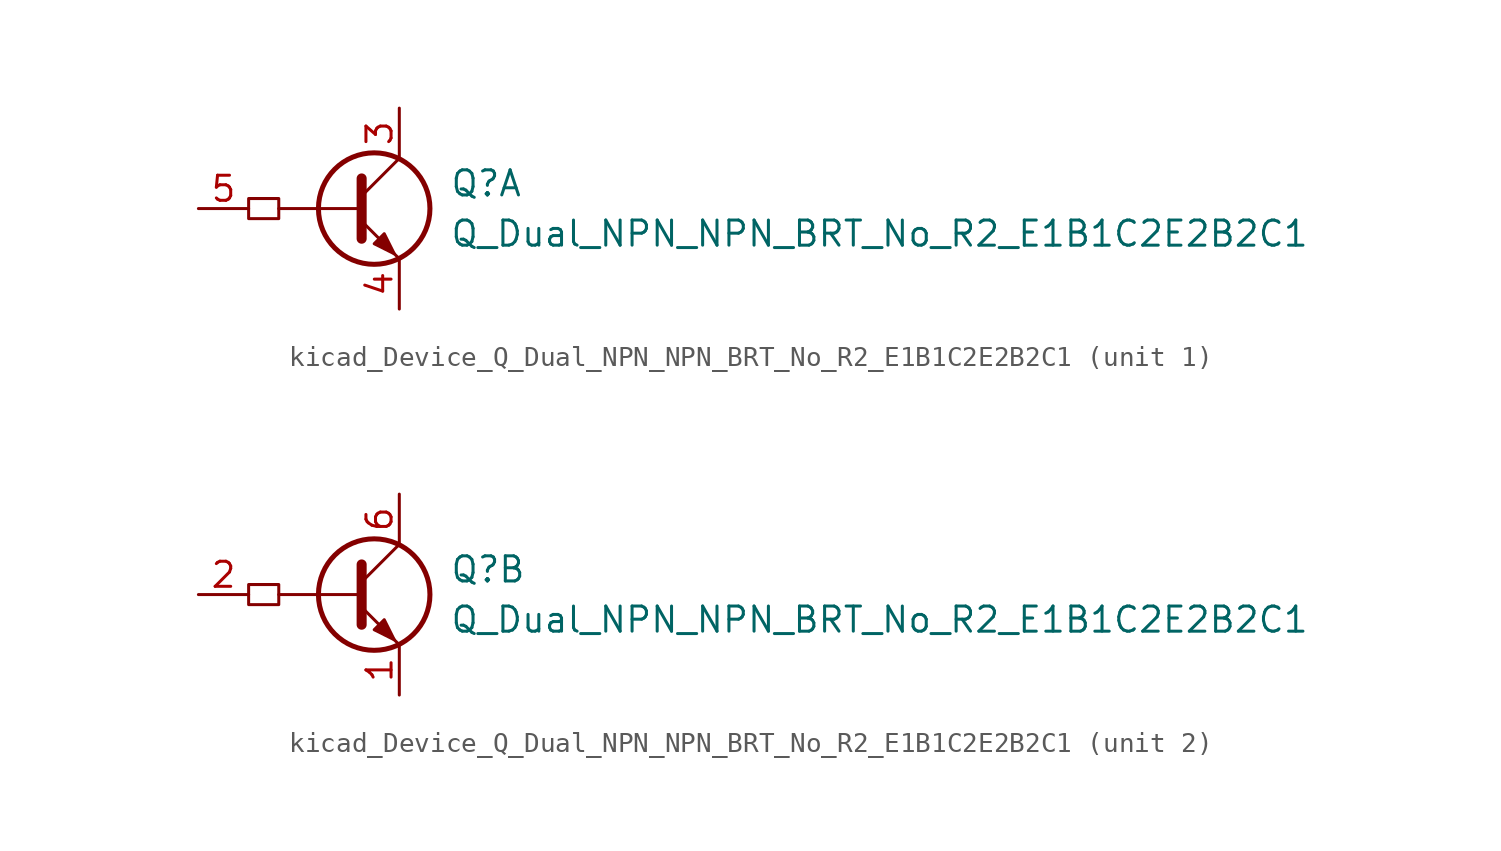
<source format=kicad_sym>
(kicad_symbol_lib
  (version 20220914)
  (generator kicad_symbol_editor)
  (symbol "kicad_Device_Q_Dual_NPN_NPN_BRT_No_R2_E1B1C2E2B2C1"
    (pin_names hide)
    (property "Reference" "Q"
      (at 3.81 1.27 0)
      (effects (font (size 1.27 1.27)) (justify left)))
    (property "Value" "Q_Dual_NPN_NPN_BRT_No_R2_E1B1C2E2B2C1"
      (at 3.81 -1.27 0)
      (effects (font (size 1.27 1.27)) (justify left)))
    (symbol "kicad_Device_Q_Dual_NPN_NPN_BRT_No_R2_E1B1C2E2B2C1_0_1"
      (rectangle (start -6.35 0.508) (end -4.826 -0.508) (stroke (width 0) (type default)) (fill (type none)))
      (polyline (pts (xy -0.762 0) (xy -4.826 0)) (stroke (width 0) (type default)) (fill (type none)))
      (polyline (pts (xy -0.635 1.524) (xy -0.635 -1.524)) (stroke (width 0.508) (type default)) (fill (type none))))
    (symbol "kicad_Device_Q_Dual_NPN_NPN_BRT_No_R2_E1B1C2E2B2C1_1_1"
      (polyline (pts (xy -0.635 0.635) (xy 1.27 2.54)) (stroke (width 0) (type default)) (fill (type none)))
      (polyline (pts (xy -0.635 -0.635) (xy 1.27 -2.54) (xy 1.27 -2.54)) (stroke (width 0) (type default)) (fill (type none)))
      (polyline (pts (xy 0 -1.778) (xy 0.508 -1.27) (xy 1.016 -2.286) (xy 0 -1.778) (xy 0 -1.778)) (stroke (width 0) (type default)) (fill (type outline)))
      (circle (center 0 0) (radius 2.819) (stroke (width 0.254) (type default)) (fill (type none)))
      (pin passive line (at 1.27 5.08 270) (length 2.54) (name "C1" (effects (font (size 1.27 1.27)))) (number "3" (effects (font (size 1.27 1.27)))))
      (pin passive line (at 1.27 -5.08 90) (length 2.54) (name "E1" (effects (font (size 1.27 1.27)))) (number "4" (effects (font (size 1.27 1.27)))))
      (pin input line (at -8.89 0 0) (length 2.54) (name "B1" (effects (font (size 1.27 1.27)))) (number "5" (effects (font (size 1.27 1.27))))))
    (symbol "kicad_Device_Q_Dual_NPN_NPN_BRT_No_R2_E1B1C2E2B2C1_2_1"
      (polyline (pts (xy -0.635 0.635) (xy 1.27 2.54)) (stroke (width 0) (type default)) (fill (type none)))
      (polyline (pts (xy -0.635 -0.635) (xy 1.27 -2.54) (xy 1.27 -2.54)) (stroke (width 0) (type default)) (fill (type none)))
      (polyline (pts (xy 0 -1.778) (xy 0.508 -1.27) (xy 1.016 -2.286) (xy 0 -1.778) (xy 0 -1.778)) (stroke (width 0) (type default)) (fill (type outline)))
      (circle (center 0 0) (radius 2.819) (stroke (width 0.254) (type default)) (fill (type none)))
      (pin passive line (at 1.27 -5.08 90) (length 2.54) (name "E1" (effects (font (size 1.27 1.27)))) (number "1" (effects (font (size 1.27 1.27)))))
      (pin input line (at -8.89 0 0) (length 2.54) (name "B1" (effects (font (size 1.27 1.27)))) (number "2" (effects (font (size 1.27 1.27)))))
      (pin passive line (at 1.27 5.08 270) (length 2.54) (name "C1" (effects (font (size 1.27 1.27)))) (number "6" (effects (font (size 1.27 1.27))))))))
</source>
